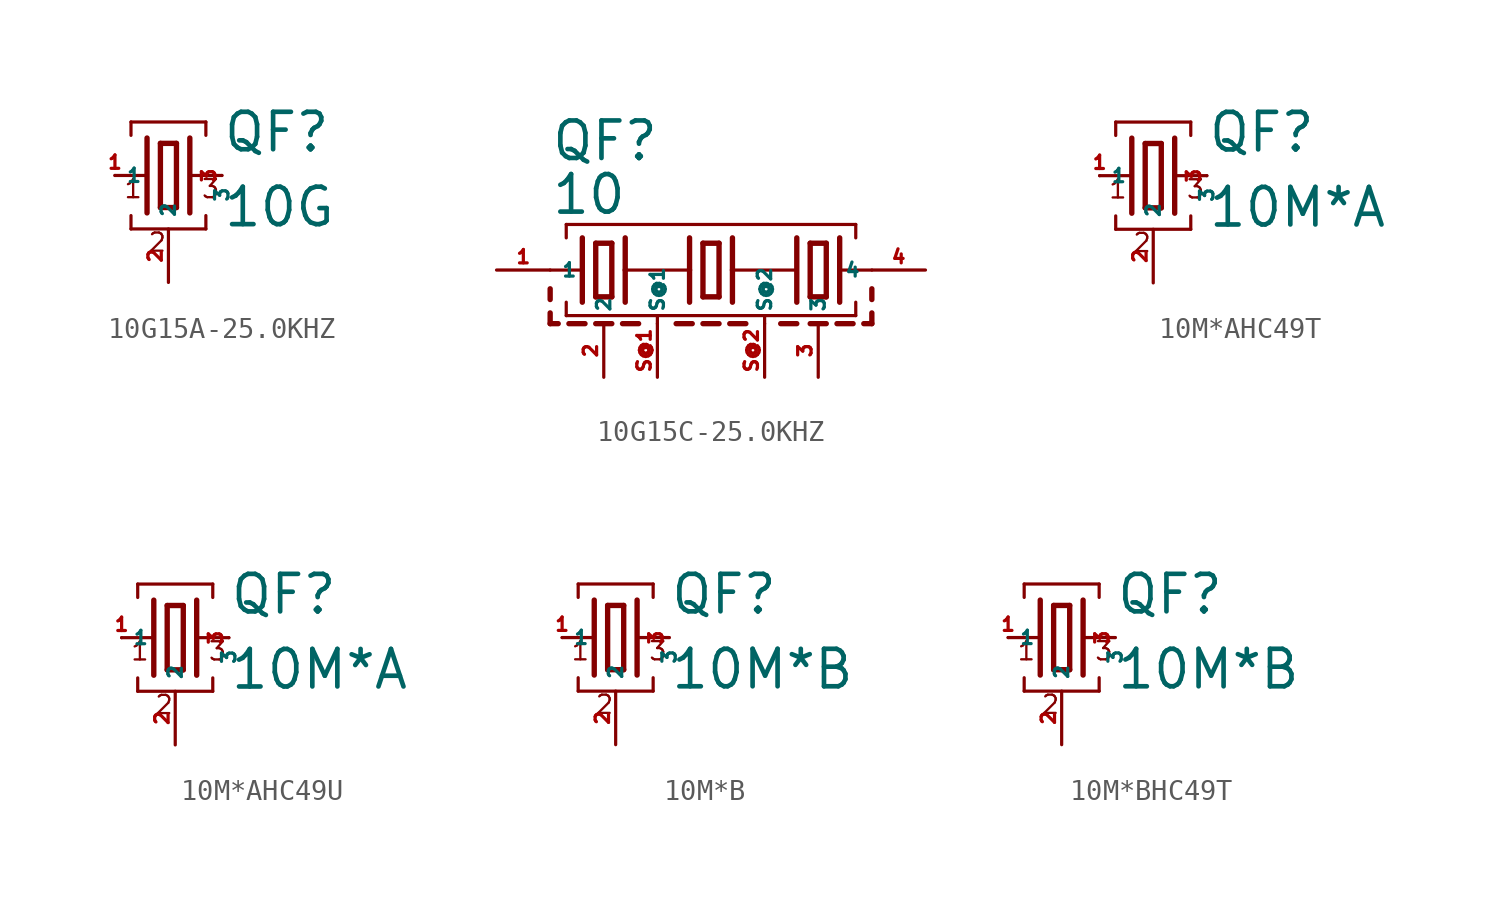
<source format=kicad_sym>
(kicad_symbol_lib
  (version 20220914)
  (generator Eagle2Kicad)
  (symbol "10G15A-25.0KHZ"
    (property "Reference" "QF"
      (at 2.54 1.016 0)
      (effects (font (size 1.778 1.778) (thickness 0.22)) (justify left bottom)))
    (property "Value" "10G"
      (at 2.54 -2.54 0)
      (effects (font (size 1.778 1.778) (thickness 0.22)) (justify left bottom)))
    (polyline
      (pts (xy 1.016 0) (xy 2.54 0))
      (stroke (width 0.152) (type default))
      (fill (type none)))
    (polyline
      (pts (xy -2.54 0) (xy -1.016 0))
      (stroke (width 0.152) (type default))
      (fill (type none)))
    (polyline
      (pts (xy -0.381 1.524) (xy -0.381 -1.524))
      (stroke (width 0.254) (type default))
      (fill (type none)))
    (polyline
      (pts (xy -0.381 -1.524) (xy 0.381 -1.524))
      (stroke (width 0.254) (type default))
      (fill (type none)))
    (polyline
      (pts (xy 0.381 -1.524) (xy 0.381 1.524))
      (stroke (width 0.254) (type default))
      (fill (type none)))
    (polyline
      (pts (xy 0.381 1.524) (xy -0.381 1.524))
      (stroke (width 0.254) (type default))
      (fill (type none)))
    (polyline
      (pts (xy 1.016 1.778) (xy 1.016 -1.778))
      (stroke (width 0.254) (type default))
      (fill (type none)))
    (polyline
      (pts (xy -1.016 1.778) (xy -1.016 -1.778))
      (stroke (width 0.254) (type default))
      (fill (type none)))
    (polyline
      (pts (xy -1.778 1.905) (xy -1.778 2.54))
      (stroke (width 0.152) (type default))
      (fill (type none)))
    (polyline
      (pts (xy -1.778 2.54) (xy 1.778 2.54))
      (stroke (width 0.152) (type default))
      (fill (type none)))
    (polyline
      (pts (xy 1.778 2.54) (xy 1.778 1.905))
      (stroke (width 0.152) (type default))
      (fill (type none)))
    (polyline
      (pts (xy 1.778 -1.905) (xy 1.778 -2.54))
      (stroke (width 0.152) (type default))
      (fill (type none)))
    (polyline
      (pts (xy -1.778 -2.54) (xy 1.778 -2.54))
      (stroke (width 0.152) (type default))
      (fill (type none)))
    (polyline
      (pts (xy -1.778 -2.54) (xy -1.778 -1.905))
      (stroke (width 0.152) (type default))
      (fill (type none)))
    (text "1"
      (at -2.159 -1.143 0)
      (effects (font (size 0.864 0.864) (thickness 0.11)) (justify left bottom)))
    (text "2"
      (at -1.016 -3.683 0)
      (effects (font (size 0.864 0.864) (thickness 0.11)) (justify left bottom)))
    (text "3"
      (at 1.524 -1.143 0)
      (effects (font (size 0.864 0.864) (thickness 0.11)) (justify left bottom)))
    (pin passive line
      (at 2.54 0 270)
      (length 0)
      (name "3" (effects (font (size 0.635 0.635) (thickness 0.08)) (justify left bottom)))
      (number "3" (effects (font (size 0.635 0.635) (thickness 0.08)) (justify left bottom))))
    (pin passive line
      (at -2.54 0 0)
      (length 0)
      (name "1" (effects (font (size 0.635 0.635) (thickness 0.08)) (justify left bottom)))
      (number "1" (effects (font (size 0.635 0.635) (thickness 0.08)) (justify left bottom))))
    (pin passive line
      (at 0 -5.08 90)
      (length 2.54)
      (name "2" (effects (font (size 0.635 0.635) (thickness 0.08)) (justify left bottom)))
      (number "2" (effects (font (size 0.635 0.635) (thickness 0.08)) (justify left bottom)))))
  (symbol "10G15C-25.0KHZ"
    (property "Reference" "QF"
      (at -7.62 5.08 0)
      (effects (font (size 1.778 1.778) (thickness 0.22)) (justify left bottom)))
    (property "Value" "10"
      (at -7.62 2.54 0)
      (effects (font (size 1.778 1.778) (thickness 0.22)) (justify left bottom)))
    (polyline
      (pts (xy 6.096 0) (xy 7.62 0))
      (stroke (width 0.152) (type default))
      (fill (type none)))
    (polyline
      (pts (xy -7.62 0) (xy -6.096 0))
      (stroke (width 0.152) (type default))
      (fill (type none)))
    (polyline
      (pts (xy -0.381 1.27) (xy -0.381 -1.27))
      (stroke (width 0.254) (type default))
      (fill (type none)))
    (polyline
      (pts (xy -0.381 -1.27) (xy 0.381 -1.27))
      (stroke (width 0.254) (type default))
      (fill (type none)))
    (polyline
      (pts (xy 0.381 -1.27) (xy 0.381 1.27))
      (stroke (width 0.254) (type default))
      (fill (type none)))
    (polyline
      (pts (xy 0.381 1.27) (xy -0.381 1.27))
      (stroke (width 0.254) (type default))
      (fill (type none)))
    (polyline
      (pts (xy 6.096 1.524) (xy 6.096 -1.524))
      (stroke (width 0.254) (type default))
      (fill (type none)))
    (polyline
      (pts (xy -6.096 1.524) (xy -6.096 -1.524))
      (stroke (width 0.254) (type default))
      (fill (type none)))
    (polyline
      (pts (xy -6.858 1.524) (xy -6.858 2.159))
      (stroke (width 0.152) (type default))
      (fill (type none)))
    (polyline
      (pts (xy -6.858 2.159) (xy 6.858 2.159))
      (stroke (width 0.152) (type default))
      (fill (type none)))
    (polyline
      (pts (xy 6.858 2.159) (xy 6.858 1.524))
      (stroke (width 0.152) (type default))
      (fill (type none)))
    (polyline
      (pts (xy 6.858 -1.524) (xy 6.858 -2.159))
      (stroke (width 0.152) (type default))
      (fill (type none)))
    (polyline
      (pts (xy -6.858 -2.159) (xy -2.54 -2.159))
      (stroke (width 0.152) (type default))
      (fill (type none)))
    (polyline
      (pts (xy -2.54 -2.159) (xy 2.54 -2.159))
      (stroke (width 0.152) (type default))
      (fill (type none)))
    (polyline
      (pts (xy 2.54 -2.159) (xy 6.858 -2.159))
      (stroke (width 0.152) (type default))
      (fill (type none)))
    (polyline
      (pts (xy -6.858 -2.159) (xy -6.858 -1.524))
      (stroke (width 0.152) (type default))
      (fill (type none)))
    (polyline
      (pts (xy -1.016 1.524) (xy -1.016 0))
      (stroke (width 0.254) (type default))
      (fill (type none)))
    (polyline
      (pts (xy -1.016 0) (xy -1.016 -1.524))
      (stroke (width 0.254) (type default))
      (fill (type none)))
    (polyline
      (pts (xy 1.016 1.524) (xy 1.016 0))
      (stroke (width 0.254) (type default))
      (fill (type none)))
    (polyline
      (pts (xy 1.016 0) (xy 1.016 -1.524))
      (stroke (width 0.254) (type default))
      (fill (type none)))
    (polyline
      (pts (xy -4.699 1.27) (xy -5.461 1.27))
      (stroke (width 0.254) (type default))
      (fill (type none)))
    (polyline
      (pts (xy -5.461 -1.27) (xy -4.699 -1.27))
      (stroke (width 0.254) (type default))
      (fill (type none)))
    (polyline
      (pts (xy -5.461 1.27) (xy -5.461 -1.27))
      (stroke (width 0.254) (type default))
      (fill (type none)))
    (polyline
      (pts (xy -4.699 -1.27) (xy -4.699 1.27))
      (stroke (width 0.254) (type default))
      (fill (type none)))
    (polyline
      (pts (xy 5.461 -1.27) (xy 5.461 1.27))
      (stroke (width 0.254) (type default))
      (fill (type none)))
    (polyline
      (pts (xy 4.699 1.27) (xy 4.699 -1.27))
      (stroke (width 0.254) (type default))
      (fill (type none)))
    (polyline
      (pts (xy 5.461 1.27) (xy 4.699 1.27))
      (stroke (width 0.254) (type default))
      (fill (type none)))
    (polyline
      (pts (xy 4.699 -1.27) (xy 5.461 -1.27))
      (stroke (width 0.254) (type default))
      (fill (type none)))
    (polyline
      (pts (xy 4.064 1.524) (xy 4.064 -1.524))
      (stroke (width 0.254) (type default))
      (fill (type none)))
    (polyline
      (pts (xy -4.064 1.524) (xy -4.064 0))
      (stroke (width 0.254) (type default))
      (fill (type none)))
    (polyline
      (pts (xy -4.064 0) (xy -4.064 -1.524))
      (stroke (width 0.254) (type default))
      (fill (type none)))
    (polyline
      (pts (xy -4.064 0) (xy -1.016 0))
      (stroke (width 0.152) (type default))
      (fill (type none)))
    (polyline
      (pts (xy 1.016 0) (xy 4.064 0))
      (stroke (width 0.152) (type default))
      (fill (type none)))
    (polyline
      (pts (xy -7.62 -2.032) (xy -7.62 -2.54))
      (stroke (width 0.254) (type default))
      (fill (type none)))
    (polyline
      (pts (xy -7.62 -2.54) (xy -7.239 -2.54))
      (stroke (width 0.254) (type default))
      (fill (type none)))
    (polyline
      (pts (xy -5.461 -2.54) (xy -4.699 -2.54))
      (stroke (width 0.254) (type default))
      (fill (type none)))
    (polyline
      (pts (xy -6.731 -2.54) (xy -5.969 -2.54))
      (stroke (width 0.254) (type default))
      (fill (type none)))
    (polyline
      (pts (xy 4.699 -2.54) (xy 5.461 -2.54))
      (stroke (width 0.254) (type default))
      (fill (type none)))
    (polyline
      (pts (xy -4.191 -2.54) (xy -3.429 -2.54))
      (stroke (width 0.254) (type default))
      (fill (type none)))
    (polyline
      (pts (xy -1.651 -2.54) (xy -0.889 -2.54))
      (stroke (width 0.254) (type default))
      (fill (type none)))
    (polyline
      (pts (xy -0.381 -2.54) (xy 0.381 -2.54))
      (stroke (width 0.254) (type default))
      (fill (type none)))
    (polyline
      (pts (xy 0.889 -2.54) (xy 1.651 -2.54))
      (stroke (width 0.254) (type default))
      (fill (type none)))
    (polyline
      (pts (xy 3.302 -2.54) (xy 4.064 -2.54))
      (stroke (width 0.254) (type default))
      (fill (type none)))
    (polyline
      (pts (xy -2.54 -2.54) (xy -2.54 -2.159))
      (stroke (width 0.152) (type default))
      (fill (type none)))
    (polyline
      (pts (xy 2.54 -2.54) (xy 2.54 -2.159))
      (stroke (width 0.152) (type default))
      (fill (type none)))
    (polyline
      (pts (xy 7.62 -2.54) (xy 7.239 -2.54))
      (stroke (width 0.254) (type default))
      (fill (type none)))
    (polyline
      (pts (xy 6.731 -2.54) (xy 5.969 -2.54))
      (stroke (width 0.254) (type default))
      (fill (type none)))
    (polyline
      (pts (xy 7.62 -2.032) (xy 7.62 -2.54))
      (stroke (width 0.254) (type default))
      (fill (type none)))
    (polyline
      (pts (xy -7.62 -0.889) (xy -7.62 -1.397))
      (stroke (width 0.254) (type default))
      (fill (type none)))
    (polyline
      (pts (xy 7.62 -0.889) (xy 7.62 -1.397))
      (stroke (width 0.254) (type default))
      (fill (type none)))
    (pin passive line
      (at 10.16 0 180)
      (length 2.54)
      (name "4" (effects (font (size 0.635 0.635) (thickness 0.08)) (justify left bottom)))
      (number "4" (effects (font (size 0.635 0.635) (thickness 0.08)) (justify left bottom))))
    (pin passive line
      (at -10.16 0 0)
      (length 2.54)
      (name "1" (effects (font (size 0.635 0.635) (thickness 0.08)) (justify left bottom)))
      (number "1" (effects (font (size 0.635 0.635) (thickness 0.08)) (justify left bottom))))
    (pin passive line
      (at -5.08 -5.08 90)
      (length 2.54)
      (name "2" (effects (font (size 0.635 0.635) (thickness 0.08)) (justify left bottom)))
      (number "2" (effects (font (size 0.635 0.635) (thickness 0.08)) (justify left bottom))))
    (pin passive line
      (at 5.08 -5.08 90)
      (length 2.54)
      (name "3" (effects (font (size 0.635 0.635) (thickness 0.08)) (justify left bottom)))
      (number "3" (effects (font (size 0.635 0.635) (thickness 0.08)) (justify left bottom))))
    (pin passive line
      (at -2.54 -5.08 90)
      (length 2.54)
      (name "S@1" (effects (font (size 0.635 0.635) (thickness 0.08)) (justify left bottom)))
      (number "S@1" (effects (font (size 0.635 0.635) (thickness 0.08)) (justify left bottom))))
    (pin passive line
      (at 2.54 -5.08 90)
      (length 2.54)
      (name "S@2" (effects (font (size 0.635 0.635) (thickness 0.08)) (justify left bottom)))
      (number "S@2" (effects (font (size 0.635 0.635) (thickness 0.08)) (justify left bottom)))))
  (symbol "10M*AHC49T"
    (property "Reference" "QF"
      (at 2.54 1.016 0)
      (effects (font (size 1.778 1.778) (thickness 0.22)) (justify left bottom)))
    (property "Value" "10M*A"
      (at 2.54 -2.54 0)
      (effects (font (size 1.778 1.778) (thickness 0.22)) (justify left bottom)))
    (polyline
      (pts (xy 1.016 0) (xy 2.54 0))
      (stroke (width 0.152) (type default))
      (fill (type none)))
    (polyline
      (pts (xy -2.54 0) (xy -1.016 0))
      (stroke (width 0.152) (type default))
      (fill (type none)))
    (polyline
      (pts (xy -0.381 1.524) (xy -0.381 -1.524))
      (stroke (width 0.254) (type default))
      (fill (type none)))
    (polyline
      (pts (xy -0.381 -1.524) (xy 0.381 -1.524))
      (stroke (width 0.254) (type default))
      (fill (type none)))
    (polyline
      (pts (xy 0.381 -1.524) (xy 0.381 1.524))
      (stroke (width 0.254) (type default))
      (fill (type none)))
    (polyline
      (pts (xy 0.381 1.524) (xy -0.381 1.524))
      (stroke (width 0.254) (type default))
      (fill (type none)))
    (polyline
      (pts (xy 1.016 1.778) (xy 1.016 -1.778))
      (stroke (width 0.254) (type default))
      (fill (type none)))
    (polyline
      (pts (xy -1.016 1.778) (xy -1.016 -1.778))
      (stroke (width 0.254) (type default))
      (fill (type none)))
    (polyline
      (pts (xy -1.778 1.905) (xy -1.778 2.54))
      (stroke (width 0.152) (type default))
      (fill (type none)))
    (polyline
      (pts (xy -1.778 2.54) (xy 1.778 2.54))
      (stroke (width 0.152) (type default))
      (fill (type none)))
    (polyline
      (pts (xy 1.778 2.54) (xy 1.778 1.905))
      (stroke (width 0.152) (type default))
      (fill (type none)))
    (polyline
      (pts (xy 1.778 -1.905) (xy 1.778 -2.54))
      (stroke (width 0.152) (type default))
      (fill (type none)))
    (polyline
      (pts (xy -1.778 -2.54) (xy 1.778 -2.54))
      (stroke (width 0.152) (type default))
      (fill (type none)))
    (polyline
      (pts (xy -1.778 -2.54) (xy -1.778 -1.905))
      (stroke (width 0.152) (type default))
      (fill (type none)))
    (text "1"
      (at -2.159 -1.143 0)
      (effects (font (size 0.864 0.864) (thickness 0.11)) (justify left bottom)))
    (text "2"
      (at -1.016 -3.683 0)
      (effects (font (size 0.864 0.864) (thickness 0.11)) (justify left bottom)))
    (text "3"
      (at 1.524 -1.143 0)
      (effects (font (size 0.864 0.864) (thickness 0.11)) (justify left bottom)))
    (pin passive line
      (at 2.54 0 270)
      (length 0)
      (name "3" (effects (font (size 0.635 0.635) (thickness 0.08)) (justify left bottom)))
      (number "3" (effects (font (size 0.635 0.635) (thickness 0.08)) (justify left bottom))))
    (pin passive line
      (at -2.54 0 0)
      (length 0)
      (name "1" (effects (font (size 0.635 0.635) (thickness 0.08)) (justify left bottom)))
      (number "1" (effects (font (size 0.635 0.635) (thickness 0.08)) (justify left bottom))))
    (pin passive line
      (at 0 -5.08 90)
      (length 2.54)
      (name "2" (effects (font (size 0.635 0.635) (thickness 0.08)) (justify left bottom)))
      (number "2" (effects (font (size 0.635 0.635) (thickness 0.08)) (justify left bottom)))))
  (symbol "10M*AHC49U"
    (property "Reference" "QF"
      (at 2.54 1.016 0)
      (effects (font (size 1.778 1.778) (thickness 0.22)) (justify left bottom)))
    (property "Value" "10M*A"
      (at 2.54 -2.54 0)
      (effects (font (size 1.778 1.778) (thickness 0.22)) (justify left bottom)))
    (polyline
      (pts (xy 1.016 0) (xy 2.54 0))
      (stroke (width 0.152) (type default))
      (fill (type none)))
    (polyline
      (pts (xy -2.54 0) (xy -1.016 0))
      (stroke (width 0.152) (type default))
      (fill (type none)))
    (polyline
      (pts (xy -0.381 1.524) (xy -0.381 -1.524))
      (stroke (width 0.254) (type default))
      (fill (type none)))
    (polyline
      (pts (xy -0.381 -1.524) (xy 0.381 -1.524))
      (stroke (width 0.254) (type default))
      (fill (type none)))
    (polyline
      (pts (xy 0.381 -1.524) (xy 0.381 1.524))
      (stroke (width 0.254) (type default))
      (fill (type none)))
    (polyline
      (pts (xy 0.381 1.524) (xy -0.381 1.524))
      (stroke (width 0.254) (type default))
      (fill (type none)))
    (polyline
      (pts (xy 1.016 1.778) (xy 1.016 -1.778))
      (stroke (width 0.254) (type default))
      (fill (type none)))
    (polyline
      (pts (xy -1.016 1.778) (xy -1.016 -1.778))
      (stroke (width 0.254) (type default))
      (fill (type none)))
    (polyline
      (pts (xy -1.778 1.905) (xy -1.778 2.54))
      (stroke (width 0.152) (type default))
      (fill (type none)))
    (polyline
      (pts (xy -1.778 2.54) (xy 1.778 2.54))
      (stroke (width 0.152) (type default))
      (fill (type none)))
    (polyline
      (pts (xy 1.778 2.54) (xy 1.778 1.905))
      (stroke (width 0.152) (type default))
      (fill (type none)))
    (polyline
      (pts (xy 1.778 -1.905) (xy 1.778 -2.54))
      (stroke (width 0.152) (type default))
      (fill (type none)))
    (polyline
      (pts (xy -1.778 -2.54) (xy 1.778 -2.54))
      (stroke (width 0.152) (type default))
      (fill (type none)))
    (polyline
      (pts (xy -1.778 -2.54) (xy -1.778 -1.905))
      (stroke (width 0.152) (type default))
      (fill (type none)))
    (text "1"
      (at -2.159 -1.143 0)
      (effects (font (size 0.864 0.864) (thickness 0.11)) (justify left bottom)))
    (text "2"
      (at -1.016 -3.683 0)
      (effects (font (size 0.864 0.864) (thickness 0.11)) (justify left bottom)))
    (text "3"
      (at 1.524 -1.143 0)
      (effects (font (size 0.864 0.864) (thickness 0.11)) (justify left bottom)))
    (pin passive line
      (at 2.54 0 270)
      (length 0)
      (name "3" (effects (font (size 0.635 0.635) (thickness 0.08)) (justify left bottom)))
      (number "3" (effects (font (size 0.635 0.635) (thickness 0.08)) (justify left bottom))))
    (pin passive line
      (at -2.54 0 0)
      (length 0)
      (name "1" (effects (font (size 0.635 0.635) (thickness 0.08)) (justify left bottom)))
      (number "1" (effects (font (size 0.635 0.635) (thickness 0.08)) (justify left bottom))))
    (pin passive line
      (at 0 -5.08 90)
      (length 2.54)
      (name "2" (effects (font (size 0.635 0.635) (thickness 0.08)) (justify left bottom)))
      (number "2" (effects (font (size 0.635 0.635) (thickness 0.08)) (justify left bottom)))))
  (symbol "10M*B"
    (property "Reference" "QF"
      (at 2.54 1.016 0)
      (effects (font (size 1.778 1.778) (thickness 0.22)) (justify left bottom)))
    (property "Value" "10M*B"
      (at 2.54 -2.54 0)
      (effects (font (size 1.778 1.778) (thickness 0.22)) (justify left bottom)))
    (polyline
      (pts (xy 1.016 0) (xy 2.54 0))
      (stroke (width 0.152) (type default))
      (fill (type none)))
    (polyline
      (pts (xy -2.54 0) (xy -1.016 0))
      (stroke (width 0.152) (type default))
      (fill (type none)))
    (polyline
      (pts (xy -0.381 1.524) (xy -0.381 -1.524))
      (stroke (width 0.254) (type default))
      (fill (type none)))
    (polyline
      (pts (xy -0.381 -1.524) (xy 0.381 -1.524))
      (stroke (width 0.254) (type default))
      (fill (type none)))
    (polyline
      (pts (xy 0.381 -1.524) (xy 0.381 1.524))
      (stroke (width 0.254) (type default))
      (fill (type none)))
    (polyline
      (pts (xy 0.381 1.524) (xy -0.381 1.524))
      (stroke (width 0.254) (type default))
      (fill (type none)))
    (polyline
      (pts (xy 1.016 1.778) (xy 1.016 -1.778))
      (stroke (width 0.254) (type default))
      (fill (type none)))
    (polyline
      (pts (xy -1.016 1.778) (xy -1.016 -1.778))
      (stroke (width 0.254) (type default))
      (fill (type none)))
    (polyline
      (pts (xy -1.778 1.905) (xy -1.778 2.54))
      (stroke (width 0.152) (type default))
      (fill (type none)))
    (polyline
      (pts (xy -1.778 2.54) (xy 1.778 2.54))
      (stroke (width 0.152) (type default))
      (fill (type none)))
    (polyline
      (pts (xy 1.778 2.54) (xy 1.778 1.905))
      (stroke (width 0.152) (type default))
      (fill (type none)))
    (polyline
      (pts (xy 1.778 -1.905) (xy 1.778 -2.54))
      (stroke (width 0.152) (type default))
      (fill (type none)))
    (polyline
      (pts (xy -1.778 -2.54) (xy 1.778 -2.54))
      (stroke (width 0.152) (type default))
      (fill (type none)))
    (polyline
      (pts (xy -1.778 -2.54) (xy -1.778 -1.905))
      (stroke (width 0.152) (type default))
      (fill (type none)))
    (text "1"
      (at -2.159 -1.143 0)
      (effects (font (size 0.864 0.864) (thickness 0.11)) (justify left bottom)))
    (text "2"
      (at -1.016 -3.683 0)
      (effects (font (size 0.864 0.864) (thickness 0.11)) (justify left bottom)))
    (text "3"
      (at 1.524 -1.143 0)
      (effects (font (size 0.864 0.864) (thickness 0.11)) (justify left bottom)))
    (pin passive line
      (at 2.54 0 270)
      (length 0)
      (name "3" (effects (font (size 0.635 0.635) (thickness 0.08)) (justify left bottom)))
      (number "3" (effects (font (size 0.635 0.635) (thickness 0.08)) (justify left bottom))))
    (pin passive line
      (at -2.54 0 0)
      (length 0)
      (name "1" (effects (font (size 0.635 0.635) (thickness 0.08)) (justify left bottom)))
      (number "1" (effects (font (size 0.635 0.635) (thickness 0.08)) (justify left bottom))))
    (pin passive line
      (at 0 -5.08 90)
      (length 2.54)
      (name "2" (effects (font (size 0.635 0.635) (thickness 0.08)) (justify left bottom)))
      (number "2" (effects (font (size 0.635 0.635) (thickness 0.08)) (justify left bottom)))))
  (symbol "10M*BHC49T"
    (property "Reference" "QF"
      (at 2.54 1.016 0)
      (effects (font (size 1.778 1.778) (thickness 0.22)) (justify left bottom)))
    (property "Value" "10M*B"
      (at 2.54 -2.54 0)
      (effects (font (size 1.778 1.778) (thickness 0.22)) (justify left bottom)))
    (polyline
      (pts (xy 1.016 0) (xy 2.54 0))
      (stroke (width 0.152) (type default))
      (fill (type none)))
    (polyline
      (pts (xy -2.54 0) (xy -1.016 0))
      (stroke (width 0.152) (type default))
      (fill (type none)))
    (polyline
      (pts (xy -0.381 1.524) (xy -0.381 -1.524))
      (stroke (width 0.254) (type default))
      (fill (type none)))
    (polyline
      (pts (xy -0.381 -1.524) (xy 0.381 -1.524))
      (stroke (width 0.254) (type default))
      (fill (type none)))
    (polyline
      (pts (xy 0.381 -1.524) (xy 0.381 1.524))
      (stroke (width 0.254) (type default))
      (fill (type none)))
    (polyline
      (pts (xy 0.381 1.524) (xy -0.381 1.524))
      (stroke (width 0.254) (type default))
      (fill (type none)))
    (polyline
      (pts (xy 1.016 1.778) (xy 1.016 -1.778))
      (stroke (width 0.254) (type default))
      (fill (type none)))
    (polyline
      (pts (xy -1.016 1.778) (xy -1.016 -1.778))
      (stroke (width 0.254) (type default))
      (fill (type none)))
    (polyline
      (pts (xy -1.778 1.905) (xy -1.778 2.54))
      (stroke (width 0.152) (type default))
      (fill (type none)))
    (polyline
      (pts (xy -1.778 2.54) (xy 1.778 2.54))
      (stroke (width 0.152) (type default))
      (fill (type none)))
    (polyline
      (pts (xy 1.778 2.54) (xy 1.778 1.905))
      (stroke (width 0.152) (type default))
      (fill (type none)))
    (polyline
      (pts (xy 1.778 -1.905) (xy 1.778 -2.54))
      (stroke (width 0.152) (type default))
      (fill (type none)))
    (polyline
      (pts (xy -1.778 -2.54) (xy 1.778 -2.54))
      (stroke (width 0.152) (type default))
      (fill (type none)))
    (polyline
      (pts (xy -1.778 -2.54) (xy -1.778 -1.905))
      (stroke (width 0.152) (type default))
      (fill (type none)))
    (text "1"
      (at -2.159 -1.143 0)
      (effects (font (size 0.864 0.864) (thickness 0.11)) (justify left bottom)))
    (text "2"
      (at -1.016 -3.683 0)
      (effects (font (size 0.864 0.864) (thickness 0.11)) (justify left bottom)))
    (text "3"
      (at 1.524 -1.143 0)
      (effects (font (size 0.864 0.864) (thickness 0.11)) (justify left bottom)))
    (pin passive line
      (at 2.54 0 270)
      (length 0)
      (name "3" (effects (font (size 0.635 0.635) (thickness 0.08)) (justify left bottom)))
      (number "3" (effects (font (size 0.635 0.635) (thickness 0.08)) (justify left bottom))))
    (pin passive line
      (at -2.54 0 0)
      (length 0)
      (name "1" (effects (font (size 0.635 0.635) (thickness 0.08)) (justify left bottom)))
      (number "1" (effects (font (size 0.635 0.635) (thickness 0.08)) (justify left bottom))))
    (pin passive line
      (at 0 -5.08 90)
      (length 2.54)
      (name "2" (effects (font (size 0.635 0.635) (thickness 0.08)) (justify left bottom)))
      (number "2" (effects (font (size 0.635 0.635) (thickness 0.08)) (justify left bottom))))))
</source>
